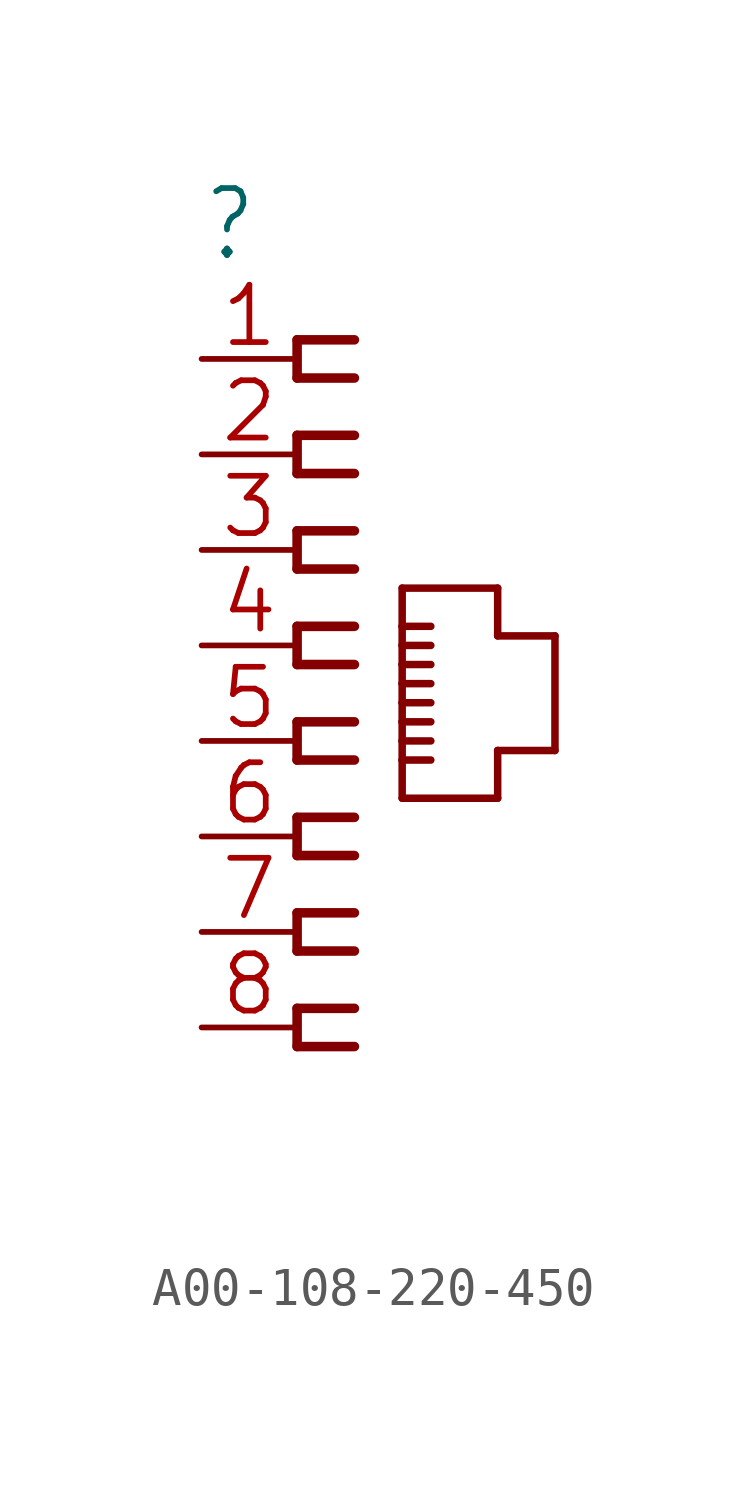
<source format=kicad_sym>
(kicad_symbol_lib
  (version 20241209)
  (generator "kicad_symbol_editor")
  (generator_version "9.0")
  (symbol "A00-108-220-450"
    (property "Reference" ""
      (at 0 10.16 0)
      (effects (font (size 1.778 1.511)) (justify left bottom)))
    (property "Value" ""
      (at 0 -13.716 0)
      (effects (font (size 1.778 1.511)) (justify left bottom)))
    (property "ki_locked" ""
      (at 0 0 0)
      (effects (font (size 1.27 1.27))))
    (symbol "A00-108-220-450_1_0"
      (polyline (pts (xy 2.54 8.128) (xy 2.54 7.112)) (stroke (width 0.254) (type solid)) (fill (type none)))
      (polyline (pts (xy 2.54 7.112) (xy 4.064 7.112)) (stroke (width 0.254) (type solid)) (fill (type none)))
      (polyline (pts (xy 2.54 5.588) (xy 2.54 4.572)) (stroke (width 0.254) (type solid)) (fill (type none)))
      (polyline (pts (xy 2.54 4.572) (xy 4.064 4.572)) (stroke (width 0.254) (type solid)) (fill (type none)))
      (polyline (pts (xy 2.54 3.048) (xy 2.54 2.032)) (stroke (width 0.254) (type solid)) (fill (type none)))
      (polyline (pts (xy 2.54 2.032) (xy 4.064 2.032)) (stroke (width 0.254) (type solid)) (fill (type none)))
      (polyline (pts (xy 2.54 0.508) (xy 2.54 -0.508)) (stroke (width 0.254) (type solid)) (fill (type none)))
      (polyline (pts (xy 2.54 -0.508) (xy 4.064 -0.508)) (stroke (width 0.254) (type solid)) (fill (type none)))
      (polyline (pts (xy 2.54 -2.032) (xy 2.54 -3.048)) (stroke (width 0.254) (type solid)) (fill (type none)))
      (polyline (pts (xy 2.54 -3.048) (xy 4.064 -3.048)) (stroke (width 0.254) (type solid)) (fill (type none)))
      (polyline (pts (xy 2.54 -4.572) (xy 2.54 -5.588)) (stroke (width 0.254) (type solid)) (fill (type none)))
      (polyline (pts (xy 2.54 -5.588) (xy 4.064 -5.588)) (stroke (width 0.254) (type solid)) (fill (type none)))
      (polyline (pts (xy 2.54 -7.112) (xy 2.54 -8.128)) (stroke (width 0.254) (type solid)) (fill (type none)))
      (polyline (pts (xy 2.54 -8.128) (xy 4.064 -8.128)) (stroke (width 0.254) (type solid)) (fill (type none)))
      (polyline (pts (xy 2.54 -9.652) (xy 2.54 -10.668)) (stroke (width 0.254) (type solid)) (fill (type none)))
      (polyline (pts (xy 2.54 -10.668) (xy 4.064 -10.668)) (stroke (width 0.254) (type solid)) (fill (type none)))
      (polyline (pts (xy 4.064 8.128) (xy 2.54 8.128)) (stroke (width 0.254) (type solid)) (fill (type none)))
      (polyline (pts (xy 4.064 5.588) (xy 2.54 5.588)) (stroke (width 0.254) (type solid)) (fill (type none)))
      (polyline (pts (xy 4.064 3.048) (xy 2.54 3.048)) (stroke (width 0.254) (type solid)) (fill (type none)))
      (polyline (pts (xy 4.064 0.508) (xy 2.54 0.508)) (stroke (width 0.254) (type solid)) (fill (type none)))
      (polyline (pts (xy 4.064 -2.032) (xy 2.54 -2.032)) (stroke (width 0.254) (type solid)) (fill (type none)))
      (polyline (pts (xy 4.064 -4.572) (xy 2.54 -4.572)) (stroke (width 0.254) (type solid)) (fill (type none)))
      (polyline (pts (xy 4.064 -7.112) (xy 2.54 -7.112)) (stroke (width 0.254) (type solid)) (fill (type none)))
      (polyline (pts (xy 4.064 -9.652) (xy 2.54 -9.652)) (stroke (width 0.254) (type solid)) (fill (type none)))
      (polyline (pts (xy 5.334 1.524) (xy 5.334 0.508)) (stroke (width 0.2) (type solid)) (fill (type none)))
      (polyline (pts (xy 5.334 0.508) (xy 5.334 0)) (stroke (width 0.2) (type solid)) (fill (type none)))
      (polyline (pts (xy 5.334 0.508) (xy 6.096 0.508)) (stroke (width 0.2) (type solid)) (fill (type none)))
      (polyline (pts (xy 5.334 0) (xy 5.334 -0.508)) (stroke (width 0.2) (type solid)) (fill (type none)))
      (polyline (pts (xy 5.334 0) (xy 6.096 0)) (stroke (width 0.2) (type solid)) (fill (type none)))
      (polyline (pts (xy 5.334 -0.508) (xy 5.334 -1.016)) (stroke (width 0.2) (type solid)) (fill (type none)))
      (polyline (pts (xy 5.334 -0.508) (xy 6.096 -0.508)) (stroke (width 0.2) (type solid)) (fill (type none)))
      (polyline (pts (xy 5.334 -1.016) (xy 5.334 -1.524)) (stroke (width 0.2) (type solid)) (fill (type none)))
      (polyline (pts (xy 5.334 -1.016) (xy 6.096 -1.016)) (stroke (width 0.2) (type solid)) (fill (type none)))
      (polyline (pts (xy 5.334 -1.524) (xy 5.334 -2.032)) (stroke (width 0.2) (type solid)) (fill (type none)))
      (polyline (pts (xy 5.334 -1.524) (xy 6.096 -1.524)) (stroke (width 0.2) (type solid)) (fill (type none)))
      (polyline (pts (xy 5.334 -2.032) (xy 5.334 -2.54)) (stroke (width 0.2) (type solid)) (fill (type none)))
      (polyline (pts (xy 5.334 -2.032) (xy 6.096 -2.032)) (stroke (width 0.2) (type solid)) (fill (type none)))
      (polyline (pts (xy 5.334 -2.54) (xy 5.334 -3.048)) (stroke (width 0.2) (type solid)) (fill (type none)))
      (polyline (pts (xy 5.334 -2.54) (xy 6.096 -2.54)) (stroke (width 0.2) (type solid)) (fill (type none)))
      (polyline (pts (xy 5.334 -3.048) (xy 5.334 -4.064)) (stroke (width 0.2) (type solid)) (fill (type none)))
      (polyline (pts (xy 5.334 -3.048) (xy 6.096 -3.048)) (stroke (width 0.2) (type solid)) (fill (type none)))
      (polyline (pts (xy 5.334 -4.064) (xy 7.874 -4.064)) (stroke (width 0.2) (type solid)) (fill (type none)))
      (polyline (pts (xy 7.874 1.524) (xy 5.334 1.524)) (stroke (width 0.2) (type solid)) (fill (type none)))
      (polyline (pts (xy 7.874 0.254) (xy 7.874 1.524)) (stroke (width 0.2) (type solid)) (fill (type none)))
      (polyline (pts (xy 7.874 -2.794) (xy 9.398 -2.794)) (stroke (width 0.2) (type solid)) (fill (type none)))
      (polyline (pts (xy 7.874 -4.064) (xy 7.874 -2.794)) (stroke (width 0.2) (type solid)) (fill (type none)))
      (polyline (pts (xy 9.398 0.254) (xy 7.874 0.254)) (stroke (width 0.2) (type solid)) (fill (type none)))
      (polyline (pts (xy 9.398 -2.794) (xy 9.398 0.254)) (stroke (width 0.2) (type solid)) (fill (type none)))
      (pin passive line (at 0 7.62 0) (length 2.54) (name "1" (effects (font (size 0 0)))) (number "1" (effects (font (size 1.524 1.524)))))
      (pin passive line (at 0 5.08 0) (length 2.54) (name "2" (effects (font (size 0 0)))) (number "2" (effects (font (size 1.524 1.524)))))
      (pin passive line (at 0 2.54 0) (length 2.54) (name "3" (effects (font (size 0 0)))) (number "3" (effects (font (size 1.524 1.524)))))
      (pin passive line (at 0 0 0) (length 2.54) (name "4" (effects (font (size 0 0)))) (number "4" (effects (font (size 1.524 1.524)))))
      (pin passive line (at 0 -2.54 0) (length 2.54) (name "5" (effects (font (size 0 0)))) (number "5" (effects (font (size 1.524 1.524)))))
      (pin passive line (at 0 -5.08 0) (length 2.54) (name "6" (effects (font (size 0 0)))) (number "6" (effects (font (size 1.524 1.524)))))
      (pin passive line (at 0 -7.62 0) (length 2.54) (name "7" (effects (font (size 0 0)))) (number "7" (effects (font (size 1.524 1.524)))))
      (pin passive line (at 0 -10.16 0) (length 2.54) (name "8" (effects (font (size 0 0)))) (number "8" (effects (font (size 1.524 1.524))))))))
</source>
